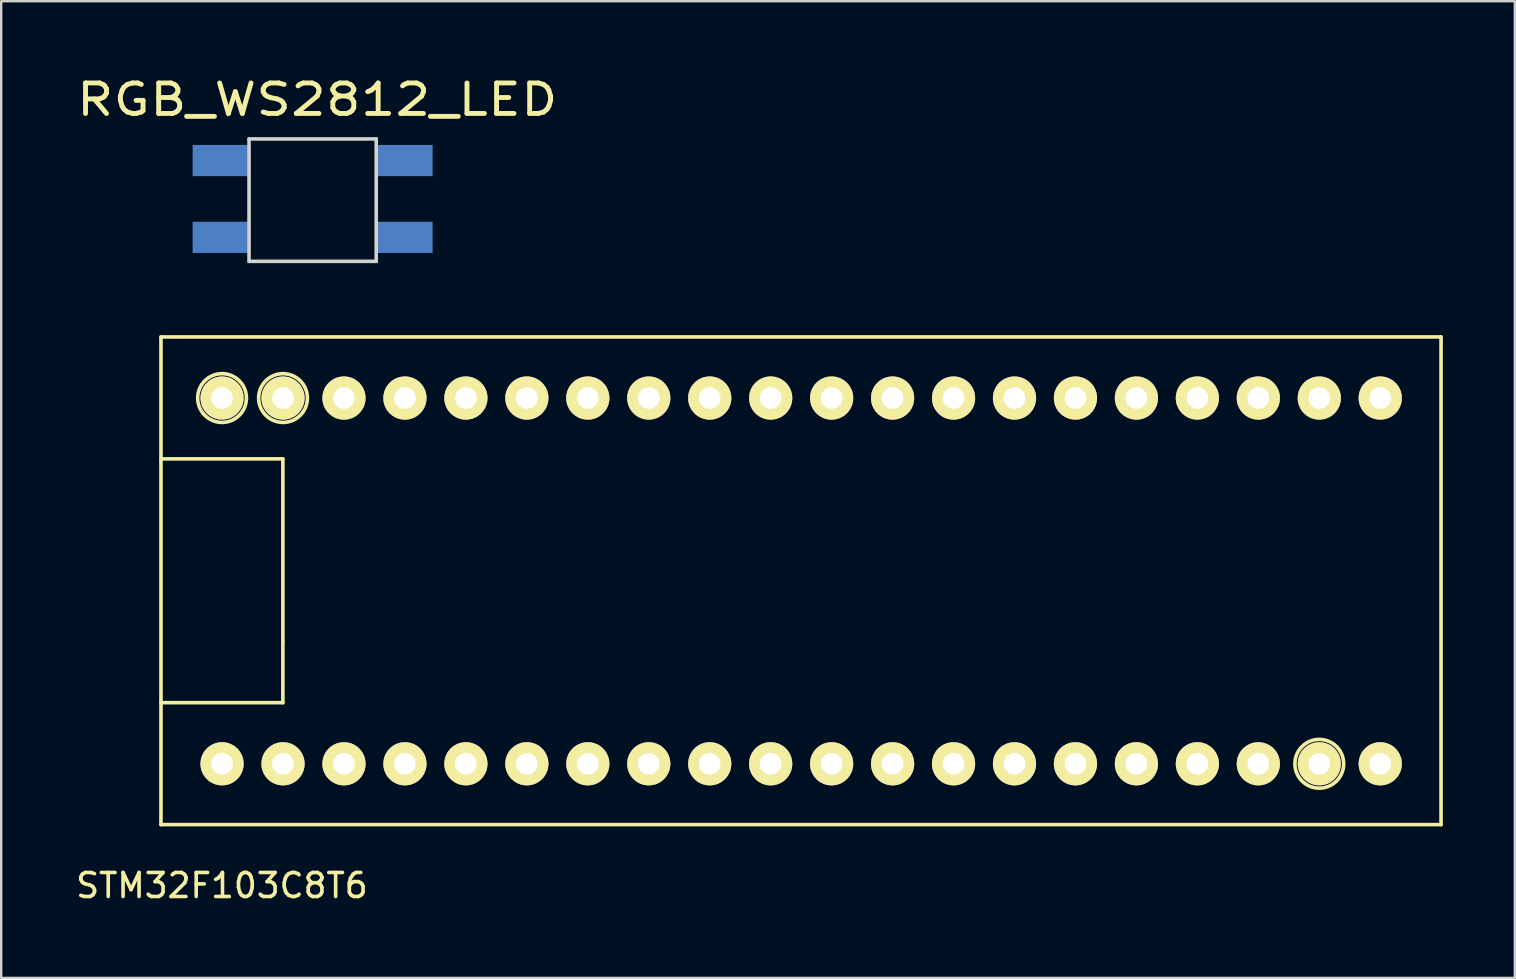
<source format=kicad_pcb>
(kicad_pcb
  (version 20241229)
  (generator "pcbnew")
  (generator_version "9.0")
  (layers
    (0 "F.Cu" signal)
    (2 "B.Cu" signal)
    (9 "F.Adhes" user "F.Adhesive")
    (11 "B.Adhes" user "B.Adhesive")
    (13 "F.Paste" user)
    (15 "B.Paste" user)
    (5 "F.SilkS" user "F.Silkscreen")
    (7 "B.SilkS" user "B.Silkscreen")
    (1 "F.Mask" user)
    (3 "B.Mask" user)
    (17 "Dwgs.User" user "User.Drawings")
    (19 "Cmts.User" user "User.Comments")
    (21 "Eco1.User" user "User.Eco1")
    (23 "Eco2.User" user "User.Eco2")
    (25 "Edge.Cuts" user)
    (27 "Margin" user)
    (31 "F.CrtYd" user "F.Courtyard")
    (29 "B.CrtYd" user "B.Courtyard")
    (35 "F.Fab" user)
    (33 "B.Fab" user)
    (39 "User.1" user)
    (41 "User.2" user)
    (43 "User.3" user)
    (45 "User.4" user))
  (footprint "STM32F103C8T6"
    (layer "F.Cu")
    (at 31.603 21.156)
    (property "Reference" "STM32F103C8T6" (at -25.406 12.694 0) (layer "F.SilkS") (effects (font (size 1 1) (thickness 0.15))))
    (attr through_hole)
    (fp_line (start -27.946 -10.166) (end 25.394 -10.166) (stroke (width 0.15) (type solid)) (layer "F.SilkS"))
    (fp_line (start -27.946 -5.086) (end -22.866 -5.086) (stroke (width 0.15) (type solid)) (layer "F.SilkS"))
    (fp_line (start -27.946 10.154) (end -27.946 -10.166) (stroke (width 0.15) (type solid)) (layer "F.SilkS"))
    (fp_line (start -22.866 -5.086) (end -22.866 2.534) (stroke (width 0.15) (type solid)) (layer "F.SilkS"))
    (fp_line (start -22.866 2.534) (end -22.866 5.074) (stroke (width 0.15) (type solid)) (layer "F.SilkS"))
    (fp_line (start -22.866 5.074) (end -27.946 5.074) (stroke (width 0.15) (type solid)) (layer "F.SilkS"))
    (fp_line (start 25.394 -10.166) (end 25.394 10.154) (stroke (width 0.15) (type solid)) (layer "F.SilkS"))
    (fp_line (start 25.394 10.154) (end -27.946 10.154) (stroke (width 0.15) (type solid)) (layer "F.SilkS"))
    (fp_circle (center -25.4 -7.62) (end -25.4 -6.604) (stroke (width 0.15) (type solid)) (fill no) (layer "F.SilkS"))
    (fp_circle (center -22.86 -7.62) (end -22.86 -6.604) (stroke (width 0.15) (type solid)) (fill no) (layer "F.SilkS"))
    (fp_circle (center 20.32 7.62) (end 20.32 8.636) (stroke (width 0.15) (type solid)) (fill no) (layer "F.SilkS"))
    (pad "1" thru_hole circle (at -25.4 -7.62) (size 1.8 1.8) (drill 0.9) (layers "*.Cu" "*.Mask" "F.SilkS"))
    (pad "2" thru_hole circle (at -22.86 -7.62) (size 1.8 1.8) (drill 0.9) (layers "*.Cu" "*.Mask" "F.SilkS"))
    (pad "3" thru_hole circle (at -20.32 -7.62) (size 1.8 1.8) (drill 0.9) (layers "*.Cu" "*.Mask" "F.SilkS"))
    (pad "4" thru_hole circle (at -17.78 -7.62) (size 1.8 1.8) (drill 0.9) (layers "*.Cu" "*.Mask" "F.SilkS"))
    (pad "5" thru_hole circle (at -15.24 -7.62) (size 1.8 1.8) (drill 0.9) (layers "*.Cu" "*.Mask" "F.SilkS"))
    (pad "6" thru_hole circle (at -12.7 -7.62) (size 1.8 1.8) (drill 0.9) (layers "*.Cu" "*.Mask" "F.SilkS"))
    (pad "7" thru_hole circle (at -10.16 -7.62) (size 1.8 1.8) (drill 0.9) (layers "*.Cu" "*.Mask" "F.SilkS"))
    (pad "8" thru_hole circle (at -7.62 -7.62) (size 1.8 1.8) (drill 0.9) (layers "*.Cu" "*.Mask" "F.SilkS"))
    (pad "9" thru_hole circle (at -5.08 -7.62) (size 1.8 1.8) (drill 0.9) (layers "*.Cu" "*.Mask" "F.SilkS"))
    (pad "10" thru_hole circle (at -2.54 -7.62) (size 1.8 1.8) (drill 0.9) (layers "*.Cu" "*.Mask" "F.SilkS"))
    (pad "11" thru_hole circle (at 0 -7.62) (size 1.8 1.8) (drill 0.9) (layers "*.Cu" "*.Mask" "F.SilkS"))
    (pad "12" thru_hole circle (at 2.54 -7.62) (size 1.8 1.8) (drill 0.9) (layers "*.Cu" "*.Mask" "F.SilkS"))
    (pad "13" thru_hole circle (at 5.08 -7.62) (size 1.8 1.8) (drill 0.9) (layers "*.Cu" "*.Mask" "F.SilkS"))
    (pad "14" thru_hole circle (at 7.62 -7.62) (size 1.8 1.8) (drill 0.9) (layers "*.Cu" "*.Mask" "F.SilkS"))
    (pad "15" thru_hole circle (at 10.16 -7.62) (size 1.8 1.8) (drill 0.9) (layers "*.Cu" "*.Mask" "F.SilkS"))
    (pad "16" thru_hole circle (at 12.7 -7.62) (size 1.8 1.8) (drill 0.9) (layers "*.Cu" "*.Mask" "F.SilkS"))
    (pad "17" thru_hole circle (at 15.24 -7.62) (size 1.8 1.8) (drill 0.9) (layers "*.Cu" "*.Mask" "F.SilkS"))
    (pad "18" thru_hole circle (at 17.78 -7.62) (size 1.8 1.8) (drill 0.9) (layers "*.Cu" "*.Mask" "F.SilkS"))
    (pad "19" thru_hole circle (at 20.32 -7.62) (size 1.8 1.8) (drill 0.9) (layers "*.Cu" "*.Mask" "F.SilkS"))
    (pad "20" thru_hole circle (at 22.86 -7.62) (size 1.8 1.8) (drill 0.9) (layers "*.Cu" "*.Mask" "F.SilkS"))
    (pad "21" thru_hole circle (at 22.86 7.62) (size 1.8 1.8) (drill 0.9) (layers "*.Cu" "*.Mask" "F.SilkS"))
    (pad "22" thru_hole circle (at 20.32 7.62) (size 1.8 1.8) (drill 0.9) (layers "*.Cu" "*.Mask" "F.SilkS"))
    (pad "23" thru_hole circle (at 17.78 7.62) (size 1.8 1.8) (drill 0.9) (layers "*.Cu" "*.Mask" "F.SilkS"))
    (pad "24" thru_hole circle (at 15.24 7.62) (size 1.8 1.8) (drill 0.9) (layers "*.Cu" "*.Mask" "F.SilkS"))
    (pad "25" thru_hole circle (at 12.7 7.62) (size 1.8 1.8) (drill 0.9) (layers "*.Cu" "*.Mask" "F.SilkS"))
    (pad "26" thru_hole circle (at 10.16 7.62) (size 1.8 1.8) (drill 0.9) (layers "*.Cu" "*.Mask" "F.SilkS"))
    (pad "27" thru_hole circle (at 7.62 7.62) (size 1.8 1.8) (drill 0.9) (layers "*.Cu" "*.Mask" "F.SilkS"))
    (pad "28" thru_hole circle (at 5.08 7.62) (size 1.8 1.8) (drill 0.9) (layers "*.Cu" "*.Mask" "F.SilkS"))
    (pad "29" thru_hole circle (at 2.54 7.62) (size 1.8 1.8) (drill 0.9) (layers "*.Cu" "*.Mask" "F.SilkS"))
    (pad "30" thru_hole circle (at 0 7.62) (size 1.8 1.8) (drill 0.9) (layers "*.Cu" "*.Mask" "F.SilkS"))
    (pad "31" thru_hole circle (at -2.54 7.62) (size 1.8 1.8) (drill 0.9) (layers "*.Cu" "*.Mask" "F.SilkS"))
    (pad "32" thru_hole circle (at -5.08 7.62) (size 1.8 1.8) (drill 0.9) (layers "*.Cu" "*.Mask" "F.SilkS"))
    (pad "33" thru_hole circle (at -7.62 7.62) (size 1.8 1.8) (drill 0.9) (layers "*.Cu" "*.Mask" "F.SilkS"))
    (pad "34" thru_hole circle (at -10.16 7.62) (size 1.8 1.8) (drill 0.9) (layers "*.Cu" "*.Mask" "F.SilkS"))
    (pad "35" thru_hole circle (at -12.7 7.62) (size 1.8 1.8) (drill 0.9) (layers "*.Cu" "*.Mask" "F.SilkS"))
    (pad "36" thru_hole circle (at -15.24 7.62) (size 1.8 1.8) (drill 0.9) (layers "*.Cu" "*.Mask" "F.SilkS"))
    (pad "37" thru_hole circle (at -17.78 7.62) (size 1.8 1.8) (drill 0.9) (layers "*.Cu" "*.Mask" "F.SilkS"))
    (pad "38" thru_hole circle (at -20.32 7.62) (size 1.8 1.8) (drill 0.9) (layers "*.Cu" "*.Mask" "F.SilkS"))
    (pad "39" thru_hole circle (at -22.86 7.62) (size 1.8 1.8) (drill 0.9) (layers "*.Cu" "*.Mask" "F.SilkS"))
    (pad "40" thru_hole circle (at -25.4 7.62) (size 1.8 1.8) (drill 0.9) (layers "*.Cu" "*.Mask" "F.SilkS")))
  (footprint "RGB_WS2812_LED"
    (layer "F.Cu")
    (at 10.027 0.44)
    (property "Reference" "RGB_WS2812_LED" (at 0.14 0.66 0) (layer "F.SilkS") (effects (font (size 1.27 1.524) (thickness 0.203))))
    (attr through_hole)
    (fp_line (start -2.7 2.3) (end -2.7 7.4) (stroke (width 0.15) (type solid)) (layer "Edge.Cuts"))
    (fp_line (start -2.7 2.3) (end 2.6 2.3) (stroke (width 0.15) (type solid)) (layer "Edge.Cuts"))
    (fp_line (start 2.6 2.3) (end 2.6 7.4) (stroke (width 0.15) (type solid)) (layer "Edge.Cuts"))
    (fp_line (start 2.6 7.4) (end -2.7 7.4) (stroke (width 0.15) (type solid)) (layer "Edge.Cuts"))
    (pad "1" smd rect (at -2.8 3.2) (size 2.3 1.3) (drill (offset -1.1 0)) (layers "B.Cu" "B.Mask" "B.Paste"))
    (pad "2" smd rect (at -2.8 6.4) (size 2.3 1.3) (drill (offset -1.1 0)) (layers "B.Cu" "B.Mask" "B.Paste"))
    (pad "3" smd rect (at 2.7 6.4) (size 2.3 1.3) (drill (offset 1.1 0)) (layers "B.Cu" "B.Mask" "B.Paste"))
    (pad "4" smd rect (at 2.7 3.2) (size 2.3 1.3) (drill (offset 1.1 0)) (layers "B.Cu" "B.Mask" "B.Paste")))
  (gr_rect
    (start -3 -3)
    (end 60.071 37.698)
    (stroke (width 0.1) (type default))
    (fill no)
    (layer "Edge.Cuts")))
</source>
